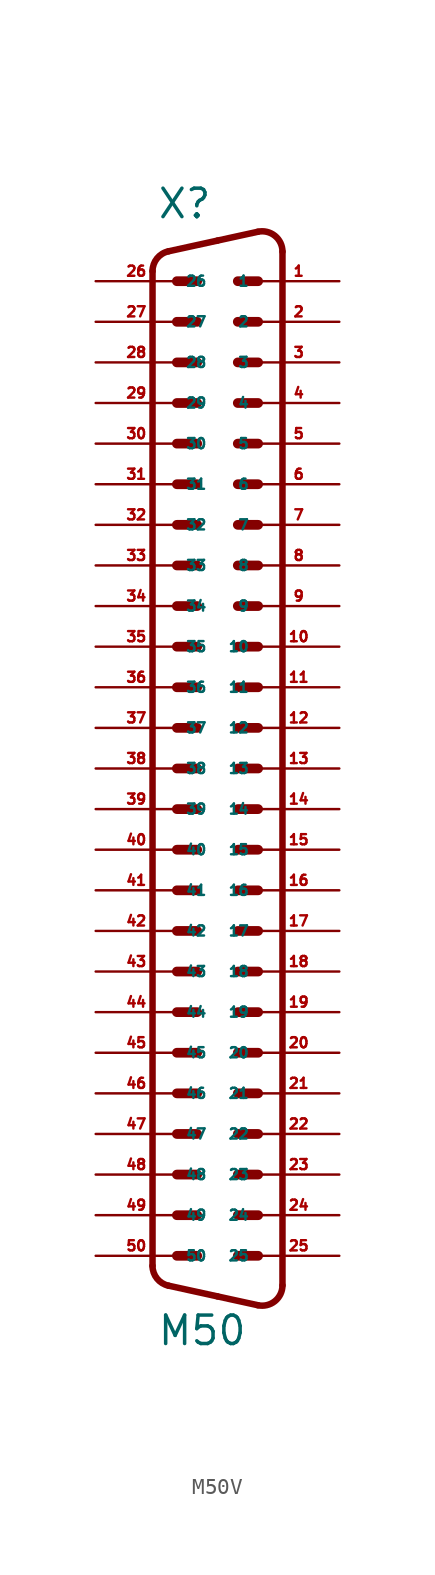
<source format=kicad_sym>
(kicad_symbol_lib
  (version 20220914)
  (generator Eagle2Kicad)
  (symbol "M50V"
    (property "Reference" "X"
      (at -3.81 31.75 0)
      (effects (font (size 1.778 1.778) (thickness 0.22)) (justify left bottom)))
    (property "Value" "M50"
      (at -3.81 -38.735 0)
      (effects (font (size 1.778 1.778) (thickness 0.22)) (justify left bottom)))
    (polyline
      (pts (xy -1.27 12.7) (xy -2.54 12.7))
      (stroke (width 0.61) (type default))
      (fill (type none)))
    (polyline
      (pts (xy 2.54 -7.62) (xy 1.27 -7.62))
      (stroke (width 0.61) (type default))
      (fill (type none)))
    (polyline
      (pts (xy -1.27 15.24) (xy -2.54 15.24))
      (stroke (width 0.61) (type default))
      (fill (type none)))
    (polyline
      (pts (xy 2.54 -5.08) (xy 1.27 -5.08))
      (stroke (width 0.61) (type default))
      (fill (type none)))
    (polyline
      (pts (xy -1.27 17.78) (xy -2.54 17.78))
      (stroke (width 0.61) (type default))
      (fill (type none)))
    (polyline
      (pts (xy 2.54 -2.54) (xy 1.27 -2.54))
      (stroke (width 0.61) (type default))
      (fill (type none)))
    (polyline
      (pts (xy -1.27 20.32) (xy -2.54 20.32))
      (stroke (width 0.61) (type default))
      (fill (type none)))
    (polyline
      (pts (xy 2.54 0) (xy 1.27 0))
      (stroke (width 0.61) (type default))
      (fill (type none)))
    (polyline
      (pts (xy -1.27 22.86) (xy -2.54 22.86))
      (stroke (width 0.61) (type default))
      (fill (type none)))
    (polyline
      (pts (xy 2.54 2.54) (xy 1.27 2.54))
      (stroke (width 0.61) (type default))
      (fill (type none)))
    (polyline
      (pts (xy -1.27 25.4) (xy -2.54 25.4))
      (stroke (width 0.61) (type default))
      (fill (type none)))
    (polyline
      (pts (xy 2.54 5.08) (xy 1.27 5.08))
      (stroke (width 0.61) (type default))
      (fill (type none)))
    (polyline
      (pts (xy -1.27 27.94) (xy -2.54 27.94))
      (stroke (width 0.61) (type default))
      (fill (type none)))
    (polyline
      (pts (xy 2.54 7.62) (xy 1.27 7.62))
      (stroke (width 0.61) (type default))
      (fill (type none)))
    (polyline
      (pts (xy 2.54 -33.02) (xy 1.27 -33.02))
      (stroke (width 0.61) (type default))
      (fill (type none)))
    (polyline
      (pts (xy 2.54 10.16) (xy 1.27 10.16))
      (stroke (width 0.61) (type default))
      (fill (type none)))
    (polyline
      (pts (xy 2.54 -30.48) (xy 1.27 -30.48))
      (stroke (width 0.61) (type default))
      (fill (type none)))
    (polyline
      (pts (xy 2.54 12.7) (xy 1.27 12.7))
      (stroke (width 0.61) (type default))
      (fill (type none)))
    (polyline
      (pts (xy 2.54 -27.94) (xy 1.27 -27.94))
      (stroke (width 0.61) (type default))
      (fill (type none)))
    (polyline
      (pts (xy 2.54 15.24) (xy 1.27 15.24))
      (stroke (width 0.61) (type default))
      (fill (type none)))
    (polyline
      (pts (xy 2.54 -25.4) (xy 1.27 -25.4))
      (stroke (width 0.61) (type default))
      (fill (type none)))
    (polyline
      (pts (xy 2.54 17.78) (xy 1.27 17.78))
      (stroke (width 0.61) (type default))
      (fill (type none)))
    (polyline
      (pts (xy 2.54 -22.86) (xy 1.27 -22.86))
      (stroke (width 0.61) (type default))
      (fill (type none)))
    (polyline
      (pts (xy 2.54 20.32) (xy 1.27 20.32))
      (stroke (width 0.61) (type default))
      (fill (type none)))
    (polyline
      (pts (xy 2.54 -20.32) (xy 1.27 -20.32))
      (stroke (width 0.61) (type default))
      (fill (type none)))
    (polyline
      (pts (xy 2.54 22.86) (xy 1.27 22.86))
      (stroke (width 0.61) (type default))
      (fill (type none)))
    (polyline
      (pts (xy 2.54 -17.78) (xy 1.27 -17.78))
      (stroke (width 0.61) (type default))
      (fill (type none)))
    (polyline
      (pts (xy 2.54 25.4) (xy 1.27 25.4))
      (stroke (width 0.61) (type default))
      (fill (type none)))
    (polyline
      (pts (xy 2.54 -15.24) (xy 1.27 -15.24))
      (stroke (width 0.61) (type default))
      (fill (type none)))
    (polyline
      (pts (xy 2.54 27.94) (xy 1.27 27.94))
      (stroke (width 0.61) (type default))
      (fill (type none)))
    (polyline
      (pts (xy -1.27 2.54) (xy -2.54 2.54))
      (stroke (width 0.61) (type default))
      (fill (type none)))
    (polyline
      (pts (xy -1.27 7.62) (xy -2.54 7.62))
      (stroke (width 0.61) (type default))
      (fill (type none)))
    (polyline
      (pts (xy 2.54 -10.16) (xy 1.27 -10.16))
      (stroke (width 0.61) (type default))
      (fill (type none)))
    (polyline
      (pts (xy 2.54 -12.7) (xy 1.27 -12.7))
      (stroke (width 0.61) (type default))
      (fill (type none)))
    (polyline
      (pts (xy -1.27 -5.08) (xy -2.54 -5.08))
      (stroke (width 0.61) (type default))
      (fill (type none)))
    (polyline
      (pts (xy -1.27 10.16) (xy -2.54 10.16))
      (stroke (width 0.61) (type default))
      (fill (type none)))
    (polyline
      (pts (xy -1.27 5.08) (xy -2.54 5.08))
      (stroke (width 0.61) (type default))
      (fill (type none)))
    (polyline
      (pts (xy -1.27 0) (xy -2.54 0))
      (stroke (width 0.61) (type default))
      (fill (type none)))
    (polyline
      (pts (xy -1.27 -2.54) (xy -2.54 -2.54))
      (stroke (width 0.61) (type default))
      (fill (type none)))
    (polyline
      (pts (xy -1.27 -7.62) (xy -2.54 -7.62))
      (stroke (width 0.61) (type default))
      (fill (type none)))
    (polyline
      (pts (xy -1.27 -10.16) (xy -2.54 -10.16))
      (stroke (width 0.61) (type default))
      (fill (type none)))
    (polyline
      (pts (xy -1.27 -12.7) (xy -2.54 -12.7))
      (stroke (width 0.61) (type default))
      (fill (type none)))
    (polyline
      (pts (xy -1.27 -15.24) (xy -2.54 -15.24))
      (stroke (width 0.61) (type default))
      (fill (type none)))
    (polyline
      (pts (xy -1.27 -17.78) (xy -2.54 -17.78))
      (stroke (width 0.61) (type default))
      (fill (type none)))
    (polyline
      (pts (xy -1.27 -20.32) (xy -2.54 -20.32))
      (stroke (width 0.61) (type default))
      (fill (type none)))
    (polyline
      (pts (xy -1.27 -22.86) (xy -2.54 -22.86))
      (stroke (width 0.61) (type default))
      (fill (type none)))
    (polyline
      (pts (xy -1.27 -25.4) (xy -2.54 -25.4))
      (stroke (width 0.61) (type default))
      (fill (type none)))
    (polyline
      (pts (xy -1.27 -27.94) (xy -2.54 -27.94))
      (stroke (width 0.61) (type default))
      (fill (type none)))
    (polyline
      (pts (xy -1.27 -30.48) (xy -2.54 -30.48))
      (stroke (width 0.61) (type default))
      (fill (type none)))
    (polyline
      (pts (xy -1.27 -33.02) (xy -2.54 -33.02))
      (stroke (width 0.61) (type default))
      (fill (type none)))
    (arc
      (start 2.5226 -36.1119)
      (mid 3.590 -35.860)
      (end 4.0638 -34.8712)
      (stroke (width 0.4064) (type default))
      (fill (type none)))
    (polyline
      (pts (xy 2.523 -36.112) (xy 0 -35.56))
      (stroke (width 0.406) (type default))
      (fill (type none)))
    (polyline
      (pts (xy 0 -35.56) (xy -3.065 -34.889))
      (stroke (width 0.406) (type default))
      (fill (type none)))
    (arc
      (start -4.0641 -33.6488)
      (mid -3.783 -34.445)
      (end -3.0654 -34.8894)
      (stroke (width 0.4064) (type default))
      (fill (type none)))
    (polyline
      (pts (xy -4.064 28.569) (xy -4.064 -33.649))
      (stroke (width 0.406) (type default))
      (fill (type none)))
    (arc
      (start -3.0654 29.8094)
      (mid -3.783 29.365)
      (end -4.064 28.5688)
      (stroke (width 0.4064) (type default))
      (fill (type none)))
    (polyline
      (pts (xy 4.064 29.791) (xy 4.064 -34.871))
      (stroke (width 0.406) (type default))
      (fill (type none)))
    (polyline
      (pts (xy 2.523 31.032) (xy 0 30.48))
      (stroke (width 0.406) (type default))
      (fill (type none)))
    (polyline
      (pts (xy 0 30.48) (xy -3.065 29.809))
      (stroke (width 0.406) (type default))
      (fill (type none)))
    (arc
      (start 4.064 29.7912)
      (mid 3.590 30.781)
      (end 2.5226 31.0319)
      (stroke (width 0.4064) (type default))
      (fill (type none)))
    (pin passive line
      (at -7.62 5.08 0)
      (length 5.08)
      (name "35" (effects (font (size 0.635 0.635) (thickness 0.08)) (justify left bottom)))
      (number "35" (effects (font (size 0.635 0.635) (thickness 0.08)) (justify left bottom))))
    (pin passive line
      (at -7.62 -2.54 0)
      (length 5.08)
      (name "38" (effects (font (size 0.635 0.635) (thickness 0.08)) (justify left bottom)))
      (number "38" (effects (font (size 0.635 0.635) (thickness 0.08)) (justify left bottom))))
    (pin passive line
      (at 7.62 27.94 180)
      (length 5.08)
      (name "1" (effects (font (size 0.635 0.635) (thickness 0.08)) (justify left bottom)))
      (number "1" (effects (font (size 0.635 0.635) (thickness 0.08)) (justify left bottom))))
    (pin passive line
      (at 7.62 -15.24 180)
      (length 5.08)
      (name "18" (effects (font (size 0.635 0.635) (thickness 0.08)) (justify left bottom)))
      (number "18" (effects (font (size 0.635 0.635) (thickness 0.08)) (justify left bottom))))
    (pin passive line
      (at 7.62 25.4 180)
      (length 5.08)
      (name "2" (effects (font (size 0.635 0.635) (thickness 0.08)) (justify left bottom)))
      (number "2" (effects (font (size 0.635 0.635) (thickness 0.08)) (justify left bottom))))
    (pin passive line
      (at 7.62 -17.78 180)
      (length 5.08)
      (name "19" (effects (font (size 0.635 0.635) (thickness 0.08)) (justify left bottom)))
      (number "19" (effects (font (size 0.635 0.635) (thickness 0.08)) (justify left bottom))))
    (pin passive line
      (at 7.62 22.86 180)
      (length 5.08)
      (name "3" (effects (font (size 0.635 0.635) (thickness 0.08)) (justify left bottom)))
      (number "3" (effects (font (size 0.635 0.635) (thickness 0.08)) (justify left bottom))))
    (pin passive line
      (at 7.62 -20.32 180)
      (length 5.08)
      (name "20" (effects (font (size 0.635 0.635) (thickness 0.08)) (justify left bottom)))
      (number "20" (effects (font (size 0.635 0.635) (thickness 0.08)) (justify left bottom))))
    (pin passive line
      (at 7.62 20.32 180)
      (length 5.08)
      (name "4" (effects (font (size 0.635 0.635) (thickness 0.08)) (justify left bottom)))
      (number "4" (effects (font (size 0.635 0.635) (thickness 0.08)) (justify left bottom))))
    (pin passive line
      (at 7.62 -22.86 180)
      (length 5.08)
      (name "21" (effects (font (size 0.635 0.635) (thickness 0.08)) (justify left bottom)))
      (number "21" (effects (font (size 0.635 0.635) (thickness 0.08)) (justify left bottom))))
    (pin passive line
      (at 7.62 17.78 180)
      (length 5.08)
      (name "5" (effects (font (size 0.635 0.635) (thickness 0.08)) (justify left bottom)))
      (number "5" (effects (font (size 0.635 0.635) (thickness 0.08)) (justify left bottom))))
    (pin passive line
      (at 7.62 -25.4 180)
      (length 5.08)
      (name "22" (effects (font (size 0.635 0.635) (thickness 0.08)) (justify left bottom)))
      (number "22" (effects (font (size 0.635 0.635) (thickness 0.08)) (justify left bottom))))
    (pin passive line
      (at 7.62 15.24 180)
      (length 5.08)
      (name "6" (effects (font (size 0.635 0.635) (thickness 0.08)) (justify left bottom)))
      (number "6" (effects (font (size 0.635 0.635) (thickness 0.08)) (justify left bottom))))
    (pin passive line
      (at 7.62 -27.94 180)
      (length 5.08)
      (name "23" (effects (font (size 0.635 0.635) (thickness 0.08)) (justify left bottom)))
      (number "23" (effects (font (size 0.635 0.635) (thickness 0.08)) (justify left bottom))))
    (pin passive line
      (at 7.62 12.7 180)
      (length 5.08)
      (name "7" (effects (font (size 0.635 0.635) (thickness 0.08)) (justify left bottom)))
      (number "7" (effects (font (size 0.635 0.635) (thickness 0.08)) (justify left bottom))))
    (pin passive line
      (at 7.62 -30.48 180)
      (length 5.08)
      (name "24" (effects (font (size 0.635 0.635) (thickness 0.08)) (justify left bottom)))
      (number "24" (effects (font (size 0.635 0.635) (thickness 0.08)) (justify left bottom))))
    (pin passive line
      (at 7.62 10.16 180)
      (length 5.08)
      (name "8" (effects (font (size 0.635 0.635) (thickness 0.08)) (justify left bottom)))
      (number "8" (effects (font (size 0.635 0.635) (thickness 0.08)) (justify left bottom))))
    (pin passive line
      (at 7.62 -33.02 180)
      (length 5.08)
      (name "25" (effects (font (size 0.635 0.635) (thickness 0.08)) (justify left bottom)))
      (number "25" (effects (font (size 0.635 0.635) (thickness 0.08)) (justify left bottom))))
    (pin passive line
      (at 7.62 7.62 180)
      (length 5.08)
      (name "9" (effects (font (size 0.635 0.635) (thickness 0.08)) (justify left bottom)))
      (number "9" (effects (font (size 0.635 0.635) (thickness 0.08)) (justify left bottom))))
    (pin passive line
      (at -7.62 27.94 0)
      (length 5.08)
      (name "26" (effects (font (size 0.635 0.635) (thickness 0.08)) (justify left bottom)))
      (number "26" (effects (font (size 0.635 0.635) (thickness 0.08)) (justify left bottom))))
    (pin passive line
      (at 7.62 5.08 180)
      (length 5.08)
      (name "10" (effects (font (size 0.635 0.635) (thickness 0.08)) (justify left bottom)))
      (number "10" (effects (font (size 0.635 0.635) (thickness 0.08)) (justify left bottom))))
    (pin passive line
      (at -7.62 25.4 0)
      (length 5.08)
      (name "27" (effects (font (size 0.635 0.635) (thickness 0.08)) (justify left bottom)))
      (number "27" (effects (font (size 0.635 0.635) (thickness 0.08)) (justify left bottom))))
    (pin passive line
      (at 7.62 2.54 180)
      (length 5.08)
      (name "11" (effects (font (size 0.635 0.635) (thickness 0.08)) (justify left bottom)))
      (number "11" (effects (font (size 0.635 0.635) (thickness 0.08)) (justify left bottom))))
    (pin passive line
      (at -7.62 22.86 0)
      (length 5.08)
      (name "28" (effects (font (size 0.635 0.635) (thickness 0.08)) (justify left bottom)))
      (number "28" (effects (font (size 0.635 0.635) (thickness 0.08)) (justify left bottom))))
    (pin passive line
      (at 7.62 0 180)
      (length 5.08)
      (name "12" (effects (font (size 0.635 0.635) (thickness 0.08)) (justify left bottom)))
      (number "12" (effects (font (size 0.635 0.635) (thickness 0.08)) (justify left bottom))))
    (pin passive line
      (at -7.62 20.32 0)
      (length 5.08)
      (name "29" (effects (font (size 0.635 0.635) (thickness 0.08)) (justify left bottom)))
      (number "29" (effects (font (size 0.635 0.635) (thickness 0.08)) (justify left bottom))))
    (pin passive line
      (at 7.62 -2.54 180)
      (length 5.08)
      (name "13" (effects (font (size 0.635 0.635) (thickness 0.08)) (justify left bottom)))
      (number "13" (effects (font (size 0.635 0.635) (thickness 0.08)) (justify left bottom))))
    (pin passive line
      (at -7.62 17.78 0)
      (length 5.08)
      (name "30" (effects (font (size 0.635 0.635) (thickness 0.08)) (justify left bottom)))
      (number "30" (effects (font (size 0.635 0.635) (thickness 0.08)) (justify left bottom))))
    (pin passive line
      (at 7.62 -5.08 180)
      (length 5.08)
      (name "14" (effects (font (size 0.635 0.635) (thickness 0.08)) (justify left bottom)))
      (number "14" (effects (font (size 0.635 0.635) (thickness 0.08)) (justify left bottom))))
    (pin passive line
      (at -7.62 15.24 0)
      (length 5.08)
      (name "31" (effects (font (size 0.635 0.635) (thickness 0.08)) (justify left bottom)))
      (number "31" (effects (font (size 0.635 0.635) (thickness 0.08)) (justify left bottom))))
    (pin passive line
      (at 7.62 -7.62 180)
      (length 5.08)
      (name "15" (effects (font (size 0.635 0.635) (thickness 0.08)) (justify left bottom)))
      (number "15" (effects (font (size 0.635 0.635) (thickness 0.08)) (justify left bottom))))
    (pin passive line
      (at -7.62 12.7 0)
      (length 5.08)
      (name "32" (effects (font (size 0.635 0.635) (thickness 0.08)) (justify left bottom)))
      (number "32" (effects (font (size 0.635 0.635) (thickness 0.08)) (justify left bottom))))
    (pin passive line
      (at 7.62 -10.16 180)
      (length 5.08)
      (name "16" (effects (font (size 0.635 0.635) (thickness 0.08)) (justify left bottom)))
      (number "16" (effects (font (size 0.635 0.635) (thickness 0.08)) (justify left bottom))))
    (pin passive line
      (at -7.62 10.16 0)
      (length 5.08)
      (name "33" (effects (font (size 0.635 0.635) (thickness 0.08)) (justify left bottom)))
      (number "33" (effects (font (size 0.635 0.635) (thickness 0.08)) (justify left bottom))))
    (pin passive line
      (at 7.62 -12.7 180)
      (length 5.08)
      (name "17" (effects (font (size 0.635 0.635) (thickness 0.08)) (justify left bottom)))
      (number "17" (effects (font (size 0.635 0.635) (thickness 0.08)) (justify left bottom))))
    (pin passive line
      (at -7.62 -7.62 0)
      (length 5.08)
      (name "40" (effects (font (size 0.635 0.635) (thickness 0.08)) (justify left bottom)))
      (number "40" (effects (font (size 0.635 0.635) (thickness 0.08)) (justify left bottom))))
    (pin passive line
      (at -7.62 -5.08 0)
      (length 5.08)
      (name "39" (effects (font (size 0.635 0.635) (thickness 0.08)) (justify left bottom)))
      (number "39" (effects (font (size 0.635 0.635) (thickness 0.08)) (justify left bottom))))
    (pin passive line
      (at -7.62 7.62 0)
      (length 5.08)
      (name "34" (effects (font (size 0.635 0.635) (thickness 0.08)) (justify left bottom)))
      (number "34" (effects (font (size 0.635 0.635) (thickness 0.08)) (justify left bottom))))
    (pin passive line
      (at -7.62 2.54 0)
      (length 5.08)
      (name "36" (effects (font (size 0.635 0.635) (thickness 0.08)) (justify left bottom)))
      (number "36" (effects (font (size 0.635 0.635) (thickness 0.08)) (justify left bottom))))
    (pin passive line
      (at -7.62 0 0)
      (length 5.08)
      (name "37" (effects (font (size 0.635 0.635) (thickness 0.08)) (justify left bottom)))
      (number "37" (effects (font (size 0.635 0.635) (thickness 0.08)) (justify left bottom))))
    (pin passive line
      (at -7.62 -10.16 0)
      (length 5.08)
      (name "41" (effects (font (size 0.635 0.635) (thickness 0.08)) (justify left bottom)))
      (number "41" (effects (font (size 0.635 0.635) (thickness 0.08)) (justify left bottom))))
    (pin passive line
      (at -7.62 -12.7 0)
      (length 5.08)
      (name "42" (effects (font (size 0.635 0.635) (thickness 0.08)) (justify left bottom)))
      (number "42" (effects (font (size 0.635 0.635) (thickness 0.08)) (justify left bottom))))
    (pin passive line
      (at -7.62 -15.24 0)
      (length 5.08)
      (name "43" (effects (font (size 0.635 0.635) (thickness 0.08)) (justify left bottom)))
      (number "43" (effects (font (size 0.635 0.635) (thickness 0.08)) (justify left bottom))))
    (pin passive line
      (at -7.62 -17.78 0)
      (length 5.08)
      (name "44" (effects (font (size 0.635 0.635) (thickness 0.08)) (justify left bottom)))
      (number "44" (effects (font (size 0.635 0.635) (thickness 0.08)) (justify left bottom))))
    (pin passive line
      (at -7.62 -20.32 0)
      (length 5.08)
      (name "45" (effects (font (size 0.635 0.635) (thickness 0.08)) (justify left bottom)))
      (number "45" (effects (font (size 0.635 0.635) (thickness 0.08)) (justify left bottom))))
    (pin passive line
      (at -7.62 -22.86 0)
      (length 5.08)
      (name "46" (effects (font (size 0.635 0.635) (thickness 0.08)) (justify left bottom)))
      (number "46" (effects (font (size 0.635 0.635) (thickness 0.08)) (justify left bottom))))
    (pin passive line
      (at -7.62 -25.4 0)
      (length 5.08)
      (name "47" (effects (font (size 0.635 0.635) (thickness 0.08)) (justify left bottom)))
      (number "47" (effects (font (size 0.635 0.635) (thickness 0.08)) (justify left bottom))))
    (pin passive line
      (at -7.62 -27.94 0)
      (length 5.08)
      (name "48" (effects (font (size 0.635 0.635) (thickness 0.08)) (justify left bottom)))
      (number "48" (effects (font (size 0.635 0.635) (thickness 0.08)) (justify left bottom))))
    (pin passive line
      (at -7.62 -30.48 0)
      (length 5.08)
      (name "49" (effects (font (size 0.635 0.635) (thickness 0.08)) (justify left bottom)))
      (number "49" (effects (font (size 0.635 0.635) (thickness 0.08)) (justify left bottom))))
    (pin passive line
      (at -7.62 -33.02 0)
      (length 5.08)
      (name "50" (effects (font (size 0.635 0.635) (thickness 0.08)) (justify left bottom)))
      (number "50" (effects (font (size 0.635 0.635) (thickness 0.08)) (justify left bottom))))))
</source>
